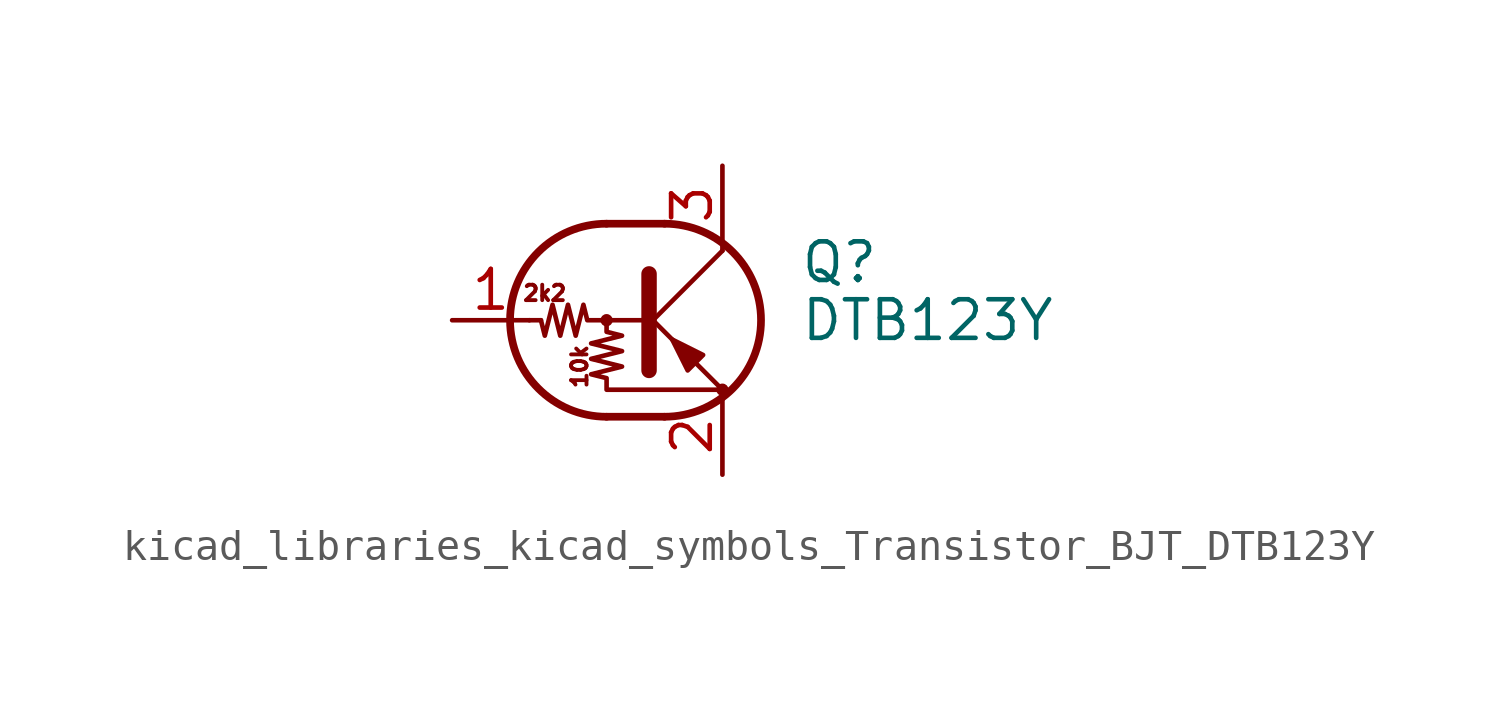
<source format=kicad_sym>
(kicad_symbol_lib
  (version 20220914)
  (generator kicad_symbol_editor)
  (symbol "kicad_libraries_kicad_symbols_Transistor_BJT_DTB123Y"
    (pin_names
      (offset 0) hide)
    (property "Reference" "Q"
      (at 5.08 1.905 0)
      (effects (font (size 1.27 1.27)) (justify left)))
    (property "Value" "DTB123Y"
      (at 5.08 0 0)
      (effects (font (size 1.27 1.27)) (justify left)))
    (symbol "kicad_libraries_kicad_symbols_Transistor_BJT_DTB123Y_0_0"
      (text "10k" (at -2.159 -1.524 900) (effects (font (size 0.508 0.508))))
      (text "2k2" (at -3.302 0.889 0) (effects (font (size 0.508 0.508)))))
    (symbol "kicad_libraries_kicad_symbols_Transistor_BJT_DTB123Y_0_1"
      (circle (center -1.27 0) (radius 0.127) (stroke (width 0) (type default)) (fill (type none)))
      (arc (start -1.27 3.175) (mid -4.4312 0) (end -1.27 -3.175) (stroke (width 0.254) (type default)) (fill (type none)))
      (polyline (pts (xy -3.429 0) (xy -3.81 0)) (stroke (width 0) (type default)) (fill (type none)))
      (polyline (pts (xy -1.27 -3.175) (xy 0.635 -3.175)) (stroke (width 0.254) (type default)) (fill (type none)))
      (polyline (pts (xy -1.27 3.175) (xy 0.635 3.175)) (stroke (width 0.254) (type default)) (fill (type none)))
      (polyline (pts (xy 0 -0.254) (xy 2.54 2.286)) (stroke (width 0) (type default)) (fill (type none)))
      (polyline (pts (xy 0.127 1.524) (xy 0.127 -1.651)) (stroke (width 0.508) (type default)) (fill (type outline)))
      (polyline (pts (xy 2.54 2.286) (xy 2.54 2.54)) (stroke (width 0) (type default)) (fill (type none)))
      (polyline (pts (xy 2.54 -2.286) (xy 0 0.254) (xy 0 0.254)) (stroke (width 0) (type default)) (fill (type none)))
      (polyline (pts (xy 1.397 -1.651) (xy 1.905 -1.143) (xy 0.889 -0.635) (xy 1.397 -1.651)) (stroke (width 0) (type default)) (fill (type outline)))
      (polyline (pts (xy 0 0) (xy -1.905 0) (xy -2.032 0.508) (xy -2.286 -0.508) (xy -2.54 0.508) (xy -2.794 -0.508) (xy -3.048 0.508) (xy -3.302 -0.508) (xy -3.429 0)) (stroke (width 0) (type default)) (fill (type none)))
      (polyline (pts (xy -1.27 0) (xy -1.27 -0.381) (xy -0.762 -0.508) (xy -1.778 -0.762) (xy -0.762 -1.016) (xy -1.778 -1.27) (xy -0.762 -1.524) (xy -1.778 -1.778) (xy -1.27 -1.905) (xy -1.27 -2.286) (xy 2.54 -2.286)) (stroke (width 0) (type default)) (fill (type none)))
      (arc (start 0.635 -3.175) (mid 3.7962 0) (end 0.635 3.175) (stroke (width 0.254) (type default)) (fill (type none)))
      (circle (center 2.54 -2.286) (radius 0.127) (stroke (width 0) (type default)) (fill (type none))))
    (symbol "kicad_libraries_kicad_symbols_Transistor_BJT_DTB123Y_1_1"
      (pin input line (at -6.35 0 0) (length 2.54) (name "B" (effects (font (size 1.27 1.27)))) (number "1" (effects (font (size 1.27 1.27)))))
      (pin passive line (at 2.54 -5.08 90) (length 2.54) (name "E" (effects (font (size 1.27 1.27)))) (number "2" (effects (font (size 1.27 1.27)))))
      (pin passive line (at 2.54 5.08 270) (length 2.54) (name "C" (effects (font (size 1.27 1.27)))) (number "3" (effects (font (size 1.27 1.27))))))))
</source>
